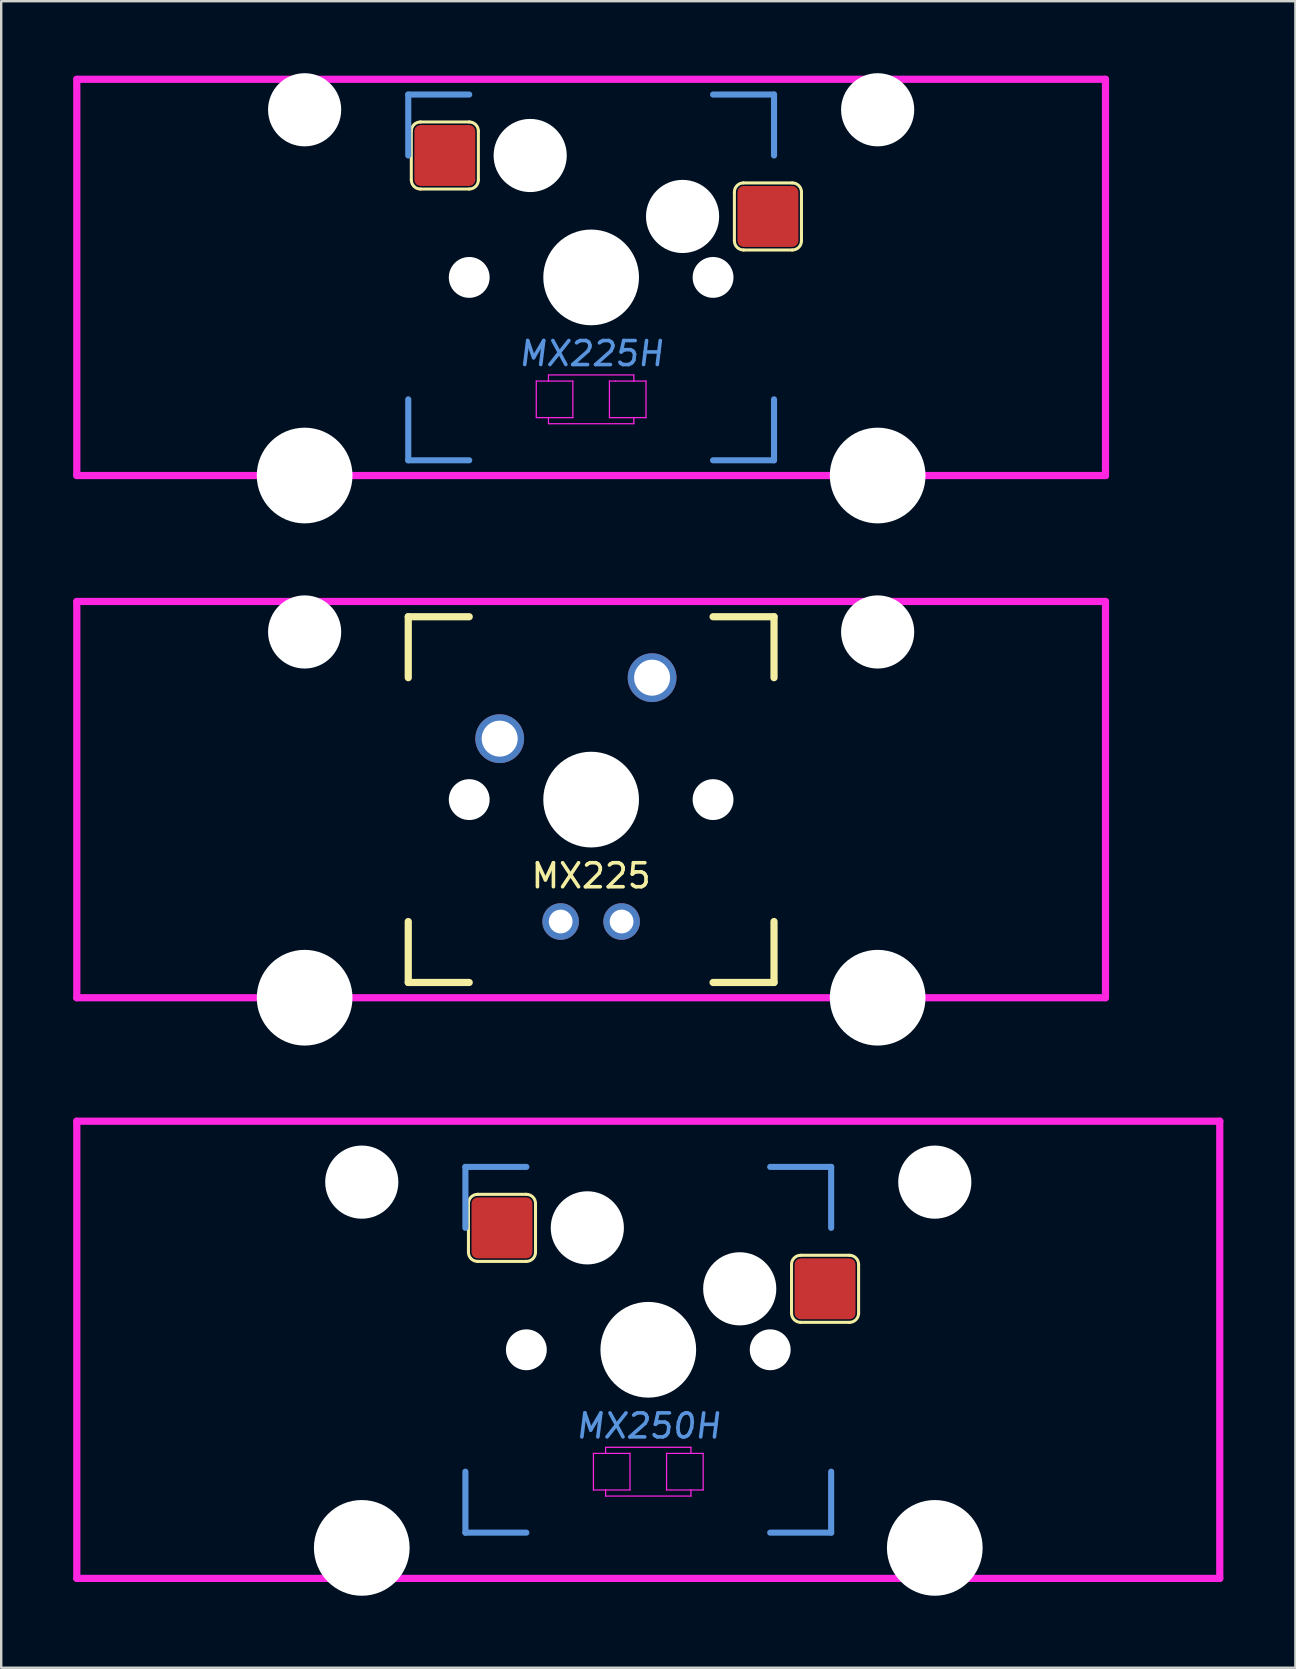
<source format=kicad_pcb>
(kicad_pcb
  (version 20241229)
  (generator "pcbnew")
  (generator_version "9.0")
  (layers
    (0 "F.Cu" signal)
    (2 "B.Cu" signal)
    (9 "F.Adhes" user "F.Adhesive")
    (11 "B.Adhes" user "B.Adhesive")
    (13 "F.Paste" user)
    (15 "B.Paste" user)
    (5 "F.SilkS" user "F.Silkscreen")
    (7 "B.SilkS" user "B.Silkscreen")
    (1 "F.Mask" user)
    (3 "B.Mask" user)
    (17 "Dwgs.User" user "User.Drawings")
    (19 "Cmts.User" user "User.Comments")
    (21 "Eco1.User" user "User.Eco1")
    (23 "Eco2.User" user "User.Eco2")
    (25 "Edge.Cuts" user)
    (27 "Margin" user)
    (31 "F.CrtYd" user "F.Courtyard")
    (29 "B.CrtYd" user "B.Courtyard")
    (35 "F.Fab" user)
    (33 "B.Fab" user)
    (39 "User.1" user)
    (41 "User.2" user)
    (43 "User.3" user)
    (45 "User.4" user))
  (footprint "MX225"
    (layer "F.Cu")
    (at 21.581 30.267)
    (property "Reference" "MX225" (at 0 3.175 0) (layer "F.SilkS") (effects (font (size 1 1) (thickness 0.15))))
    (attr through_hole)
    (fp_line (start -7.62 -7.62) (end -7.62 -5.08) (stroke (width 0.3) (type solid)) (layer "F.SilkS"))
    (fp_line (start -7.62 -7.62) (end -5.08 -7.62) (stroke (width 0.3) (type solid)) (layer "F.SilkS"))
    (fp_line (start -7.62 7.62) (end -7.62 5.08) (stroke (width 0.3) (type solid)) (layer "F.SilkS"))
    (fp_line (start -7.62 7.62) (end -5.08 7.62) (stroke (width 0.3) (type solid)) (layer "F.SilkS"))
    (fp_line (start 7.62 -7.62) (end 5.08 -7.62) (stroke (width 0.3) (type solid)) (layer "F.SilkS"))
    (fp_line (start 7.62 -7.62) (end 7.62 -5.08) (stroke (width 0.3) (type solid)) (layer "F.SilkS"))
    (fp_line (start 7.62 7.62) (end 5.08 7.62) (stroke (width 0.3) (type solid)) (layer "F.SilkS"))
    (fp_line (start 7.62 7.62) (end 7.62 5.08) (stroke (width 0.3) (type solid)) (layer "F.SilkS"))
    (fp_line (start -21.431 -8.255) (end -21.431 8.255) (stroke (width 0.3) (type solid)) (layer "F.CrtYd"))
    (fp_line (start -21.431 -8.255) (end 21.431 -8.255) (stroke (width 0.3) (type solid)) (layer "F.CrtYd"))
    (fp_line (start -21.431 8.255) (end 21.431 8.255) (stroke (width 0.3) (type solid)) (layer "F.CrtYd"))
    (fp_line (start 21.431 -8.255) (end 21.431 8.255) (stroke (width 0.3) (type solid)) (layer "F.CrtYd"))
    (pad "" np_thru_hole circle (at -11.938 -6.985) (size 3.048 3.048) (drill 3.048) (layers "*.Cu" "*.Mask"))
    (pad "" np_thru_hole circle (at -11.938 8.255) (size 3.988 3.988) (drill 3.988) (layers "*.Cu" "*.Mask"))
    (pad "" np_thru_hole circle (at -5.08 0) (size 1.702 1.702) (drill 1.702) (layers "*.Cu" "*.Mask"))
    (pad "" thru_hole circle (at -3.81 -2.54) (size 2.032 2.032) (drill 1.499) (layers "*.Cu" "*.Mask"))
    (pad "" thru_hole circle (at -1.27 5.08) (size 1.524 1.524) (drill 0.991) (layers "*.Cu" "*.Mask"))
    (pad "" np_thru_hole circle (at 0 0) (size 3.988 3.988) (drill 3.988) (layers "*.Cu" "*.Mask"))
    (pad "" thru_hole circle (at 1.27 5.08) (size 1.524 1.524) (drill 0.991) (layers "*.Cu" "*.Mask"))
    (pad "" np_thru_hole circle (at 5.08 0) (size 1.702 1.702) (drill 1.702) (layers "*.Cu" "*.Mask"))
    (pad "" np_thru_hole circle (at 11.938 -6.985) (size 3.048 3.048) (drill 3.048) (layers "*.Cu" "*.Mask"))
    (pad "" np_thru_hole circle (at 11.938 8.255) (size 3.988 3.988) (drill 3.988) (layers "*.Cu" "*.Mask"))
    (pad "1" thru_hole circle (at 2.54 -5.08) (size 2.032 2.032) (drill 1.499) (layers "*.Cu" "*.Mask")))
  (footprint "MX225H"
    (layer "F.Cu")
    (at 21.581 8.509)
    (property "Reference" "MX225H" (at 0 3.175 0) (layer "Cmts.User") (effects (font (size 1 1) (thickness 0.15) (italic yes))))
    (attr through_hole)
    (fp_line (start -7.493 -6.096) (end -7.493 -4.064) (stroke (width 0.127) (type solid)) (layer "F.SilkS"))
    (fp_line (start -7.112 -3.683) (end -5.08 -3.683) (stroke (width 0.127) (type solid)) (layer "F.SilkS"))
    (fp_line (start -5.08 -6.477) (end -7.112 -6.477) (stroke (width 0.127) (type solid)) (layer "F.SilkS"))
    (fp_line (start -4.699 -4.064) (end -4.699 -6.096) (stroke (width 0.127) (type solid)) (layer "F.SilkS"))
    (fp_line (start 5.969 -3.556) (end 5.969 -1.524) (stroke (width 0.127) (type solid)) (layer "F.SilkS"))
    (fp_line (start 6.35 -1.143) (end 8.382 -1.143) (stroke (width 0.127) (type solid)) (layer "F.SilkS"))
    (fp_line (start 8.382 -3.937) (end 6.35 -3.937) (stroke (width 0.127) (type solid)) (layer "F.SilkS"))
    (fp_line (start 8.763 -1.524) (end 8.763 -3.556) (stroke (width 0.127) (type solid)) (layer "F.SilkS"))
    (fp_arc (start -7.493 -6.096) (mid -7.381408 -6.365408) (end -7.112 -6.477) (stroke (width 0.127) (type solid)) (layer "F.SilkS"))
    (fp_arc (start -7.112 -3.683) (mid -7.381408 -3.794592) (end -7.493 -4.064) (stroke (width 0.127) (type solid)) (layer "F.SilkS"))
    (fp_arc (start -5.08 -6.477) (mid -4.810592 -6.365408) (end -4.699 -6.096) (stroke (width 0.127) (type solid)) (layer "F.SilkS"))
    (fp_arc (start -4.699 -4.064) (mid -4.810592 -3.794592) (end -5.08 -3.683) (stroke (width 0.127) (type solid)) (layer "F.SilkS"))
    (fp_arc (start 5.969 -3.556) (mid 6.080592 -3.825408) (end 6.35 -3.937) (stroke (width 0.127) (type solid)) (layer "F.SilkS"))
    (fp_arc (start 6.35 -1.143) (mid 6.080592 -1.254592) (end 5.969 -1.524) (stroke (width 0.127) (type solid)) (layer "F.SilkS"))
    (fp_arc (start 8.382 -3.937) (mid 8.651408 -3.825408) (end 8.763 -3.556) (stroke (width 0.127) (type solid)) (layer "F.SilkS"))
    (fp_arc (start 8.763 -1.524) (mid 8.651408 -1.254592) (end 8.382 -1.143) (stroke (width 0.127) (type solid)) (layer "F.SilkS"))
    (fp_line (start -7.62 -7.62) (end -7.62 -5.08) (stroke (width 0.254) (type solid)) (layer "Cmts.User"))
    (fp_line (start -7.62 -7.62) (end -5.08 -7.62) (stroke (width 0.254) (type solid)) (layer "Cmts.User"))
    (fp_line (start -7.62 7.62) (end -7.62 5.08) (stroke (width 0.254) (type solid)) (layer "Cmts.User"))
    (fp_line (start -7.62 7.62) (end -5.08 7.62) (stroke (width 0.254) (type solid)) (layer "Cmts.User"))
    (fp_line (start 7.62 -7.62) (end 5.08 -7.62) (stroke (width 0.254) (type solid)) (layer "Cmts.User"))
    (fp_line (start 7.62 -7.62) (end 7.62 -5.08) (stroke (width 0.254) (type solid)) (layer "Cmts.User"))
    (fp_line (start 7.62 7.62) (end 5.08 7.62) (stroke (width 0.254) (type solid)) (layer "Cmts.User"))
    (fp_line (start 7.62 7.62) (end 7.62 5.08) (stroke (width 0.254) (type solid)) (layer "Cmts.User"))
    (fp_line (start -21.431 -8.255) (end -21.431 8.255) (stroke (width 0.3) (type solid)) (layer "F.CrtYd"))
    (fp_line (start -21.431 -8.255) (end 21.431 -8.255) (stroke (width 0.3) (type solid)) (layer "F.CrtYd"))
    (fp_line (start -21.431 8.255) (end 21.431 8.255) (stroke (width 0.3) (type solid)) (layer "F.CrtYd"))
    (fp_line (start -2.286 4.318) (end -0.762 4.318) (stroke (width 0.051) (type solid)) (layer "F.CrtYd"))
    (fp_line (start -2.286 5.842) (end -2.286 4.318) (stroke (width 0.051) (type solid)) (layer "F.CrtYd"))
    (fp_line (start -1.778 4.064) (end 1.778 4.064) (stroke (width 0.051) (type solid)) (layer "F.CrtYd"))
    (fp_line (start -1.778 4.318) (end -1.778 4.064) (stroke (width 0.051) (type solid)) (layer "F.CrtYd"))
    (fp_line (start -1.778 6.096) (end -1.778 5.842) (stroke (width 0.051) (type solid)) (layer "F.CrtYd"))
    (fp_line (start -0.762 4.318) (end -0.762 5.842) (stroke (width 0.051) (type solid)) (layer "F.CrtYd"))
    (fp_line (start -0.762 5.842) (end -2.286 5.842) (stroke (width 0.051) (type solid)) (layer "F.CrtYd"))
    (fp_line (start 0.762 4.318) (end 0.762 5.842) (stroke (width 0.051) (type solid)) (layer "F.CrtYd"))
    (fp_line (start 0.762 5.842) (end 2.286 5.842) (stroke (width 0.051) (type solid)) (layer "F.CrtYd"))
    (fp_line (start 1.016 4.318) (end 0.762 4.318) (stroke (width 0.051) (type solid)) (layer "F.CrtYd"))
    (fp_line (start 1.778 4.064) (end 1.778 4.318) (stroke (width 0.051) (type solid)) (layer "F.CrtYd"))
    (fp_line (start 1.778 5.842) (end 1.778 6.096) (stroke (width 0.051) (type solid)) (layer "F.CrtYd"))
    (fp_line (start 1.778 6.096) (end -1.778 6.096) (stroke (width 0.051) (type solid)) (layer "F.CrtYd"))
    (fp_line (start 2.286 4.318) (end 1.016 4.318) (stroke (width 0.051) (type solid)) (layer "F.CrtYd"))
    (fp_line (start 2.286 5.842) (end 2.286 4.318) (stroke (width 0.051) (type solid)) (layer "F.CrtYd"))
    (fp_line (start 21.431 -8.255) (end 21.431 8.255) (stroke (width 0.3) (type solid)) (layer "F.CrtYd"))
    (pad "" np_thru_hole circle (at -11.938 -6.985) (size 3.048 3.048) (drill 3.048) (layers "*.Cu" "*.Mask"))
    (pad "" np_thru_hole circle (at -11.938 8.255) (size 3.988 3.988) (drill 3.988) (layers "*.Cu" "*.Mask"))
    (pad "" np_thru_hole circle (at -5.08 0) (size 1.702 1.702) (drill 1.702) (layers "*.Cu" "*.Mask"))
    (pad "" np_thru_hole circle (at -2.54 -5.08) (size 3.048 3.048) (drill 3.048) (layers "*.Cu" "*.Mask"))
    (pad "" np_thru_hole circle (at 0 0) (size 3.988 3.988) (drill 3.988) (layers "*.Cu" "*.Mask"))
    (pad "" np_thru_hole circle (at 3.81 -2.54) (size 3.048 3.048) (drill 3.048) (layers "*.Cu" "*.Mask"))
    (pad "" np_thru_hole circle (at 5.08 0) (size 1.702 1.702) (drill 1.702) (layers "*.Cu" "*.Mask"))
    (pad "" np_thru_hole circle (at 11.938 -6.985) (size 3.048 3.048) (drill 3.048) (layers "*.Cu" "*.Mask"))
    (pad "" np_thru_hole circle (at 11.938 8.255) (size 3.988 3.988) (drill 3.988) (layers "*.Cu" "*.Mask"))
    (pad "1" connect roundrect (at 7.366 -2.54) (size 2.54 2.54) (layers "F.Cu" "F.Mask") (roundrect_rratio 0.1))
    (pad "2" connect roundrect (at -6.096 -5.08) (size 2.54 2.54) (layers "F.Cu" "F.Mask") (roundrect_rratio 0.1)))
  (footprint "MX250H"
    (layer "F.Cu")
    (at 23.962 53.191)
    (property "Reference" "MX250H" (at 0 3.175 0) (layer "Cmts.User") (effects (font (size 1 1) (thickness 0.15) (italic yes))))
    (attr through_hole)
    (fp_line (start -7.493 -6.096) (end -7.493 -4.064) (stroke (width 0.127) (type solid)) (layer "F.SilkS"))
    (fp_line (start -7.112 -3.683) (end -5.08 -3.683) (stroke (width 0.127) (type solid)) (layer "F.SilkS"))
    (fp_line (start -5.08 -6.477) (end -7.112 -6.477) (stroke (width 0.127) (type solid)) (layer "F.SilkS"))
    (fp_line (start -4.699 -4.064) (end -4.699 -6.096) (stroke (width 0.127) (type solid)) (layer "F.SilkS"))
    (fp_line (start 5.969 -3.556) (end 5.969 -1.524) (stroke (width 0.127) (type solid)) (layer "F.SilkS"))
    (fp_line (start 6.35 -1.143) (end 8.382 -1.143) (stroke (width 0.127) (type solid)) (layer "F.SilkS"))
    (fp_line (start 8.382 -3.937) (end 6.35 -3.937) (stroke (width 0.127) (type solid)) (layer "F.SilkS"))
    (fp_line (start 8.763 -1.524) (end 8.763 -3.556) (stroke (width 0.127) (type solid)) (layer "F.SilkS"))
    (fp_arc (start -7.493 -6.096) (mid -7.381408 -6.365408) (end -7.112 -6.477) (stroke (width 0.127) (type solid)) (layer "F.SilkS"))
    (fp_arc (start -7.112 -3.683) (mid -7.381408 -3.794592) (end -7.493 -4.064) (stroke (width 0.127) (type solid)) (layer "F.SilkS"))
    (fp_arc (start -5.08 -6.477) (mid -4.810592 -6.365408) (end -4.699 -6.096) (stroke (width 0.127) (type solid)) (layer "F.SilkS"))
    (fp_arc (start -4.699 -4.064) (mid -4.810592 -3.794592) (end -5.08 -3.683) (stroke (width 0.127) (type solid)) (layer "F.SilkS"))
    (fp_arc (start 5.969 -3.556) (mid 6.080592 -3.825408) (end 6.35 -3.937) (stroke (width 0.127) (type solid)) (layer "F.SilkS"))
    (fp_arc (start 6.35 -1.143) (mid 6.080592 -1.254592) (end 5.969 -1.524) (stroke (width 0.127) (type solid)) (layer "F.SilkS"))
    (fp_arc (start 8.382 -3.937) (mid 8.651408 -3.825408) (end 8.763 -3.556) (stroke (width 0.127) (type solid)) (layer "F.SilkS"))
    (fp_arc (start 8.763 -1.524) (mid 8.651408 -1.254592) (end 8.382 -1.143) (stroke (width 0.127) (type solid)) (layer "F.SilkS"))
    (fp_line (start -7.62 -7.62) (end -7.62 -5.08) (stroke (width 0.254) (type solid)) (layer "Cmts.User"))
    (fp_line (start -7.62 -7.62) (end -5.08 -7.62) (stroke (width 0.254) (type solid)) (layer "Cmts.User"))
    (fp_line (start -7.62 7.62) (end -7.62 5.08) (stroke (width 0.254) (type solid)) (layer "Cmts.User"))
    (fp_line (start -7.62 7.62) (end -5.08 7.62) (stroke (width 0.254) (type solid)) (layer "Cmts.User"))
    (fp_line (start 7.62 -7.62) (end 5.08 -7.62) (stroke (width 0.254) (type solid)) (layer "Cmts.User"))
    (fp_line (start 7.62 -7.62) (end 7.62 -5.08) (stroke (width 0.254) (type solid)) (layer "Cmts.User"))
    (fp_line (start 7.62 7.62) (end 5.08 7.62) (stroke (width 0.254) (type solid)) (layer "Cmts.User"))
    (fp_line (start 7.62 7.62) (end 7.62 5.08) (stroke (width 0.254) (type solid)) (layer "Cmts.User"))
    (fp_line (start -23.812 -9.525) (end -23.812 9.525) (stroke (width 0.3) (type solid)) (layer "F.CrtYd"))
    (fp_line (start -23.812 -9.525) (end 23.812 -9.525) (stroke (width 0.3) (type solid)) (layer "F.CrtYd"))
    (fp_line (start -23.812 9.525) (end 23.812 9.525) (stroke (width 0.3) (type solid)) (layer "F.CrtYd"))
    (fp_line (start -2.286 4.318) (end -0.762 4.318) (stroke (width 0.051) (type solid)) (layer "F.CrtYd"))
    (fp_line (start -2.286 5.842) (end -2.286 4.318) (stroke (width 0.051) (type solid)) (layer "F.CrtYd"))
    (fp_line (start -1.778 4.064) (end 1.778 4.064) (stroke (width 0.051) (type solid)) (layer "F.CrtYd"))
    (fp_line (start -1.778 4.318) (end -1.778 4.064) (stroke (width 0.051) (type solid)) (layer "F.CrtYd"))
    (fp_line (start -1.778 6.096) (end -1.778 5.842) (stroke (width 0.051) (type solid)) (layer "F.CrtYd"))
    (fp_line (start -0.762 4.318) (end -0.762 5.842) (stroke (width 0.051) (type solid)) (layer "F.CrtYd"))
    (fp_line (start -0.762 5.842) (end -2.286 5.842) (stroke (width 0.051) (type solid)) (layer "F.CrtYd"))
    (fp_line (start 0.762 4.318) (end 0.762 5.842) (stroke (width 0.051) (type solid)) (layer "F.CrtYd"))
    (fp_line (start 0.762 5.842) (end 2.286 5.842) (stroke (width 0.051) (type solid)) (layer "F.CrtYd"))
    (fp_line (start 1.778 4.064) (end 1.778 4.318) (stroke (width 0.051) (type solid)) (layer "F.CrtYd"))
    (fp_line (start 1.778 5.842) (end 1.778 6.096) (stroke (width 0.051) (type solid)) (layer "F.CrtYd"))
    (fp_line (start 1.778 6.096) (end -1.778 6.096) (stroke (width 0.051) (type solid)) (layer "F.CrtYd"))
    (fp_line (start 2.286 4.318) (end 0.762 4.318) (stroke (width 0.051) (type solid)) (layer "F.CrtYd"))
    (fp_line (start 2.286 5.842) (end 2.286 4.318) (stroke (width 0.051) (type solid)) (layer "F.CrtYd"))
    (fp_line (start 23.812 -9.525) (end 23.812 9.525) (stroke (width 0.3) (type solid)) (layer "F.CrtYd"))
    (pad "" np_thru_hole circle (at -11.938 -6.985) (size 3.048 3.048) (drill 3.048) (layers "*.Cu" "*.Mask"))
    (pad "" np_thru_hole circle (at -11.938 8.255) (size 3.988 3.988) (drill 3.988) (layers "*.Cu" "*.Mask"))
    (pad "" np_thru_hole circle (at -5.08 0) (size 1.702 1.702) (drill 1.702) (layers "*.Cu" "*.Mask"))
    (pad "" np_thru_hole circle (at -2.54 -5.08) (size 3.048 3.048) (drill 3.048) (layers "*.Cu" "*.Mask"))
    (pad "" np_thru_hole circle (at 0 0) (size 3.988 3.988) (drill 3.988) (layers "*.Cu" "*.Mask"))
    (pad "" np_thru_hole circle (at 3.81 -2.54) (size 3.048 3.048) (drill 3.048) (layers "*.Cu" "*.Mask"))
    (pad "" np_thru_hole circle (at 5.08 0) (size 1.702 1.702) (drill 1.702) (layers "*.Cu" "*.Mask"))
    (pad "" np_thru_hole circle (at 11.938 -6.985) (size 3.048 3.048) (drill 3.048) (layers "*.Cu" "*.Mask"))
    (pad "" np_thru_hole circle (at 11.938 8.255) (size 3.988 3.988) (drill 3.988) (layers "*.Cu" "*.Mask"))
    (pad "1" smd roundrect (at -6.096 -5.08) (size 2.54 2.54) (layers "F.Cu" "F.Mask" "F.Paste") (roundrect_rratio 0.1))
    (pad "2" smd roundrect (at 7.366 -2.54) (size 2.54 2.54) (layers "F.Cu" "F.Mask" "F.Paste") (roundrect_rratio 0.1)))
  (gr_rect
    (start -3 -3)
    (end 50.925 66.44)
    (stroke (width 0.1) (type default))
    (fill no)
    (layer "Edge.Cuts")))
</source>
